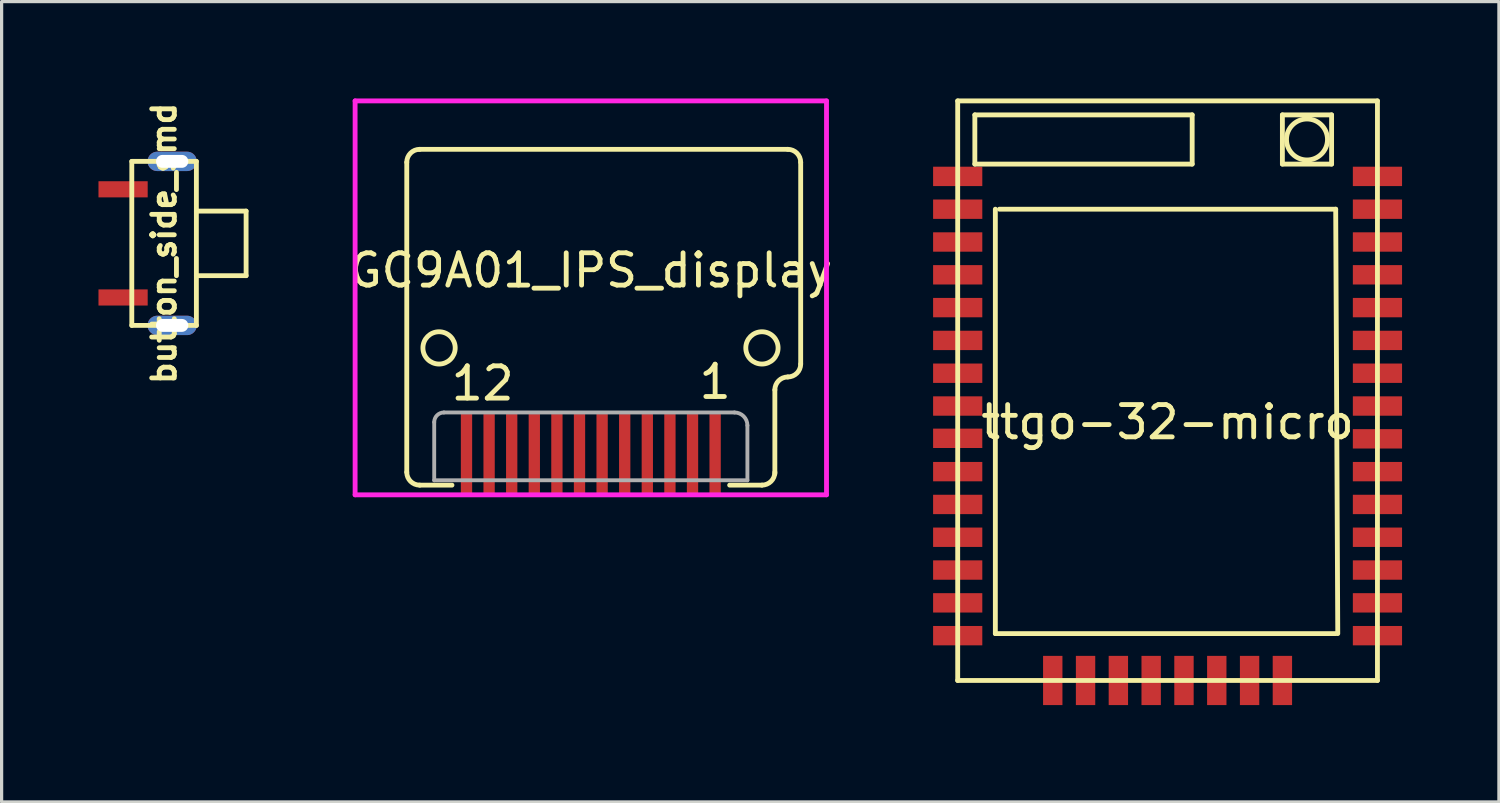
<source format=kicad_pcb>
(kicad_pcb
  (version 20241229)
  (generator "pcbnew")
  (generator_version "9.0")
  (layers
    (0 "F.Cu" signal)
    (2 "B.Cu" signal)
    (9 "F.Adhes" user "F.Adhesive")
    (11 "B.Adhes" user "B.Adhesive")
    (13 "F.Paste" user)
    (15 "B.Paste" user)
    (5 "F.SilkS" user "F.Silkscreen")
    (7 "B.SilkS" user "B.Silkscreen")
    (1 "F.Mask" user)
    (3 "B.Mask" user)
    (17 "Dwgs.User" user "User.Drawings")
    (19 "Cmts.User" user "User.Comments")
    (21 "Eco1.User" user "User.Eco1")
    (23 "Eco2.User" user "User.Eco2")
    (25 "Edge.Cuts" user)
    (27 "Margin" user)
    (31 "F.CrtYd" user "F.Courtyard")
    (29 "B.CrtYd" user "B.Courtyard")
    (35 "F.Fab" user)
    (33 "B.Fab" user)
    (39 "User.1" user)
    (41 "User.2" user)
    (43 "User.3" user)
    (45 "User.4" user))
  (footprint "button_side_smd"
    (layer "F.Cu")
    (at 2.032 4.488)
    (property "Reference" "button_side_smd" (at 0 0 270) (layer "F.SilkS") (effects (font (size 0.7 0.7) (thickness 0.15))))
    (attr through_hole)
    (fp_line (start -1 -2.54) (end -1 2.54) (stroke (width 0.15) (type solid)) (layer "F.SilkS"))
    (fp_line (start -1 2.54) (end 1 2.54) (stroke (width 0.15) (type solid)) (layer "F.SilkS"))
    (fp_line (start 1 -2.54) (end -1 -2.54) (stroke (width 0.15) (type solid)) (layer "F.SilkS"))
    (fp_line (start 1 -1) (end 2.54 -1) (stroke (width 0.15) (type solid)) (layer "F.SilkS"))
    (fp_line (start 1 2.54) (end 1 -2.54) (stroke (width 0.15) (type solid)) (layer "F.SilkS"))
    (fp_line (start 2.54 -1) (end 2.54 1) (stroke (width 0.15) (type solid)) (layer "F.SilkS"))
    (fp_line (start 2.54 1) (end 1 1) (stroke (width 0.15) (type solid)) (layer "F.SilkS"))
    (pad "" thru_hole oval (at 0.25 -2.54) (size 1.524 0.6) (drill oval 1 0.4) (layers "*.Cu" "*.Mask"))
    (pad "" thru_hole oval (at 0.25 2.54) (size 1.524 0.6) (drill oval 1 0.4) (layers "*.Cu" "*.Mask"))
    (pad "1" smd rect (at -1.27 -1.675) (size 1.524 0.5) (layers "F.Cu" "F.Mask" "F.Paste"))
    (pad "2" smd rect (at -1.27 1.675) (size 1.524 0.5) (layers "F.Cu" "F.Mask" "F.Paste")))
  (footprint "GC9A01_IPS_display"
    (layer "F.Cu")
    (at 15.248 10.775)
    (property "Reference" "GC9A01_IPS_display" (at 0 -5.45 0) (layer "F.SilkS") (effects (font (size 1 1) (thickness 0.15))))
    (attr through_hole)
    (fp_line (start -5.7 -8.8) (end -5.7 0.8) (stroke (width 0.15) (type solid)) (layer "F.SilkS"))
    (fp_line (start -5.3 1.2) (end -4.3 1.2) (stroke (width 0.15) (type solid)) (layer "F.SilkS"))
    (fp_line (start 4.3 1.2) (end 5.3 1.2) (stroke (width 0.15) (type solid)) (layer "F.SilkS"))
    (fp_line (start 5.7 -1.75) (end 5.7 0.85) (stroke (width 0.15) (type solid)) (layer "F.SilkS"))
    (fp_line (start 6.1 -9.2) (end -5.3 -9.2) (stroke (width 0.15) (type solid)) (layer "F.SilkS"))
    (fp_line (start 6.5 -8.8) (end 6.5 -2.55) (stroke (width 0.15) (type solid)) (layer "F.SilkS"))
    (fp_arc (start -5.7 -8.8) (mid -5.582843 -9.082843) (end -5.3 -9.2) (stroke (width 0.15) (type solid)) (layer "F.SilkS"))
    (fp_arc (start -5.3 1.2) (mid -5.582843 1.082843) (end -5.7 0.8) (stroke (width 0.15) (type solid)) (layer "F.SilkS"))
    (fp_arc (start 5.7 -1.75) (mid 5.817157 -2.032843) (end 6.1 -2.15) (stroke (width 0.15) (type solid)) (layer "F.SilkS"))
    (fp_arc (start 5.7 0.8) (mid 5.582843 1.082843) (end 5.3 1.2) (stroke (width 0.15) (type solid)) (layer "F.SilkS"))
    (fp_arc (start 6.1 -9.2) (mid 6.382843 -9.082843) (end 6.5 -8.8) (stroke (width 0.15) (type solid)) (layer "F.SilkS"))
    (fp_arc (start 6.5 -2.55) (mid 6.382843 -2.267157) (end 6.1 -2.15) (stroke (width 0.15) (type solid)) (layer "F.SilkS"))
    (fp_circle (center -4.7 -3.05) (end -4.2 -3.05) (stroke (width 0.15) (type solid)) (fill no) (layer "F.SilkS"))
    (fp_circle (center 5.3 -3.05) (end 5.8 -3.05) (stroke (width 0.15) (type solid)) (fill no) (layer "F.SilkS"))
    (fp_line (start -7.3 -10.7) (end -7.3 1.5) (stroke (width 0.15) (type solid)) (layer "F.CrtYd"))
    (fp_line (start -7.3 1.5) (end 7.3 1.5) (stroke (width 0.15) (type solid)) (layer "F.CrtYd"))
    (fp_line (start 7.3 -10.7) (end -7.3 -10.7) (stroke (width 0.15) (type solid)) (layer "F.CrtYd"))
    (fp_line (start 7.3 1.5) (end 7.3 -10.7) (stroke (width 0.15) (type solid)) (layer "F.CrtYd"))
    (fp_line (start -4.85 1.05) (end -4.85 -0.75) (stroke (width 0.12) (type solid)) (layer "F.Fab"))
    (fp_line (start -4.85 1.05) (end 4.85 1.05) (stroke (width 0.12) (type solid)) (layer "F.Fab"))
    (fp_line (start -4.55 -1.05) (end 4.45 -1.05) (stroke (width 0.12) (type solid)) (layer "F.Fab"))
    (fp_line (start 4.85 1.05) (end 4.85 -0.65) (stroke (width 0.12) (type solid)) (layer "F.Fab"))
    (fp_arc (start -4.85 -0.75) (mid -4.762132 -0.962132) (end -4.55 -1.05) (stroke (width 0.12) (type solid)) (layer "F.Fab"))
    (fp_arc (start 4.45 -1.05) (mid 4.732843 -0.932843) (end 4.85 -0.65) (stroke (width 0.12) (type solid)) (layer "F.Fab"))
    (fp_text user "1" (at 3.85 -2 0) (layer "F.SilkS") (effects (font (size 1 1) (thickness 0.15))))
    (fp_text user "12" (at -3.35 -1.95 0) (layer "F.SilkS") (effects (font (size 1 1) (thickness 0.15))))
    (pad "1" smd rect (at 3.85 0.25) (size 0.35 2.5) (layers "F.Cu" "F.Mask" "F.Paste"))
    (pad "2" smd rect (at 3.15 0.25) (size 0.35 2.5) (layers "F.Cu" "F.Mask" "F.Paste"))
    (pad "3" smd rect (at 2.45 0.25) (size 0.35 2.5) (layers "F.Cu" "F.Mask" "F.Paste"))
    (pad "4" smd rect (at 1.75 0.25) (size 0.35 2.5) (layers "F.Cu" "F.Mask" "F.Paste"))
    (pad "5" smd rect (at 1.05 0.25) (size 0.35 2.5) (layers "F.Cu" "F.Mask" "F.Paste"))
    (pad "6" smd rect (at 0.35 0.25) (size 0.35 2.5) (layers "F.Cu" "F.Mask" "F.Paste"))
    (pad "7" smd rect (at -0.35 0.25) (size 0.35 2.5) (layers "F.Cu" "F.Mask" "F.Paste"))
    (pad "8" smd rect (at -1.05 0.25) (size 0.35 2.5) (layers "F.Cu" "F.Mask" "F.Paste"))
    (pad "9" smd rect (at -1.75 0.25) (size 0.35 2.5) (layers "F.Cu" "F.Mask" "F.Paste"))
    (pad "10" smd rect (at -2.45 0.25) (size 0.35 2.5) (layers "F.Cu" "F.Mask" "F.Paste"))
    (pad "11" smd rect (at -3.15 0.25) (size 0.35 2.5) (layers "F.Cu" "F.Mask" "F.Paste"))
    (pad "12" smd rect (at -3.85 0.25) (size 0.35 2.5) (layers "F.Cu" "F.Mask" "F.Paste")))
  (footprint "ttgo-32-micro"
    (layer "F.Cu")
    (at 33.111 9.525)
    (property "Reference" "ttgo-32-micro" (at 0 0.5 0) (layer "F.SilkS") (effects (font (size 1 1) (thickness 0.15))))
    (attr through_hole)
    (fp_line (start -6.5 -9.45) (end -6.5 8.5) (stroke (width 0.15) (type solid)) (layer "F.SilkS"))
    (fp_line (start -6.5 -9.45) (end 6.5 -9.45) (stroke (width 0.15) (type solid)) (layer "F.SilkS"))
    (fp_line (start -6.5 8.5) (end 6.5 8.5) (stroke (width 0.15) (type solid)) (layer "F.SilkS"))
    (fp_line (start -5.969 -9.017) (end -5.969 -7.493) (stroke (width 0.15) (type solid)) (layer "F.SilkS"))
    (fp_line (start -5.969 -7.493) (end 0.762 -7.493) (stroke (width 0.15) (type solid)) (layer "F.SilkS"))
    (fp_line (start -5.334 7.048) (end -5.334 -6.096) (stroke (width 0.15) (type solid)) (layer "F.SilkS"))
    (fp_line (start -5.207 -6.096) (end 5.207 -6.096) (stroke (width 0.15) (type solid)) (layer "F.SilkS"))
    (fp_line (start 0.762 -9.017) (end -5.969 -9.017) (stroke (width 0.15) (type solid)) (layer "F.SilkS"))
    (fp_line (start 0.762 -7.493) (end 0.762 -9.017) (stroke (width 0.15) (type solid)) (layer "F.SilkS"))
    (fp_line (start 3.556 -9.017) (end 5.08 -9.017) (stroke (width 0.15) (type solid)) (layer "F.SilkS"))
    (fp_line (start 3.556 -7.493) (end 3.556 -9.017) (stroke (width 0.15) (type solid)) (layer "F.SilkS"))
    (fp_line (start 5.08 -9.017) (end 5.08 -7.493) (stroke (width 0.15) (type solid)) (layer "F.SilkS"))
    (fp_line (start 5.08 -7.493) (end 3.556 -7.493) (stroke (width 0.15) (type solid)) (layer "F.SilkS"))
    (fp_line (start 5.207 -6.096) (end 5.271 7.048) (stroke (width 0.15) (type solid)) (layer "F.SilkS"))
    (fp_line (start 5.207 7.048) (end -5.334 7.048) (stroke (width 0.15) (type solid)) (layer "F.SilkS"))
    (fp_line (start 6.5 -9.45) (end 6.5 8.5) (stroke (width 0.15) (type solid)) (layer "F.SilkS"))
    (fp_circle (center 4.318 -8.255) (end 4.826 -7.874) (stroke (width 0.15) (type solid)) (fill no) (layer "F.SilkS"))
    (pad "1" smd rect (at -6.5 -7.112) (size 1.524 0.6) (layers "F.Cu" "F.Mask" "F.Paste"))
    (pad "2" smd rect (at -6.5 -6.096) (size 1.524 0.6) (layers "F.Cu" "F.Mask" "F.Paste"))
    (pad "3" smd rect (at -6.5 -5.08) (size 1.524 0.6) (layers "F.Cu" "F.Mask" "F.Paste"))
    (pad "4" smd rect (at -6.5 -4.064) (size 1.524 0.6) (layers "F.Cu" "F.Mask" "F.Paste"))
    (pad "5" smd rect (at -6.5 -3.048) (size 1.524 0.6) (layers "F.Cu" "F.Mask" "F.Paste"))
    (pad "6" smd rect (at -6.5 -2.032) (size 1.524 0.6) (layers "F.Cu" "F.Mask" "F.Paste"))
    (pad "7" smd rect (at -6.5 -1.016) (size 1.524 0.6) (layers "F.Cu" "F.Mask" "F.Paste"))
    (pad "8" smd rect (at -6.5 0) (size 1.524 0.6) (layers "F.Cu" "F.Mask" "F.Paste"))
    (pad "9" smd rect (at -6.5 1) (size 1.524 0.6) (layers "F.Cu" "F.Mask" "F.Paste"))
    (pad "10" smd rect (at -6.5 2.032) (size 1.524 0.6) (layers "F.Cu" "F.Mask" "F.Paste"))
    (pad "11" smd rect (at -6.5 3.048) (size 1.524 0.6) (layers "F.Cu" "F.Mask" "F.Paste"))
    (pad "12" smd rect (at -6.5 4.064) (size 1.524 0.6) (layers "F.Cu" "F.Mask" "F.Paste"))
    (pad "13" smd rect (at -6.5 5.08) (size 1.524 0.6) (layers "F.Cu" "F.Mask" "F.Paste"))
    (pad "14" smd rect (at -6.5 6.096) (size 1.524 0.6) (layers "F.Cu" "F.Mask" "F.Paste"))
    (pad "15" smd rect (at -6.5 7.112) (size 1.524 0.6) (layers "F.Cu" "F.Mask" "F.Paste"))
    (pad "16" smd rect (at -3.556 8.5 90) (size 1.524 0.6) (layers "F.Cu" "F.Mask" "F.Paste"))
    (pad "17" smd rect (at -2.54 8.5 90) (size 1.524 0.6) (layers "F.Cu" "F.Mask" "F.Paste"))
    (pad "18" smd rect (at -1.524 8.5 90) (size 1.524 0.6) (layers "F.Cu" "F.Mask" "F.Paste"))
    (pad "19" smd rect (at -0.508 8.5 90) (size 1.524 0.6) (layers "F.Cu" "F.Mask" "F.Paste"))
    (pad "20" smd rect (at 0.508 8.5 90) (size 1.524 0.6) (layers "F.Cu" "F.Mask" "F.Paste"))
    (pad "21" smd rect (at 1.524 8.5 90) (size 1.524 0.6) (layers "F.Cu" "F.Mask" "F.Paste"))
    (pad "22" smd rect (at 2.54 8.5 90) (size 1.524 0.6) (layers "F.Cu" "F.Mask" "F.Paste"))
    (pad "23" smd rect (at 3.556 8.5 90) (size 1.524 0.6) (layers "F.Cu" "F.Mask" "F.Paste"))
    (pad "24" smd rect (at 6.5 7.112) (size 1.524 0.6) (layers "F.Cu" "F.Mask" "F.Paste"))
    (pad "25" smd rect (at 6.5 6.096) (size 1.524 0.6) (layers "F.Cu" "F.Mask" "F.Paste"))
    (pad "26" smd rect (at 6.5 5.08) (size 1.524 0.6) (layers "F.Cu" "F.Mask" "F.Paste"))
    (pad "27" smd rect (at 6.5 4.064) (size 1.524 0.6) (layers "F.Cu" "F.Mask" "F.Paste"))
    (pad "28" smd rect (at 6.5 3.048) (size 1.524 0.6) (layers "F.Cu" "F.Mask" "F.Paste"))
    (pad "29" smd rect (at 6.5 2.032) (size 1.524 0.6) (layers "F.Cu" "F.Mask" "F.Paste"))
    (pad "30" smd rect (at 6.5 1.016) (size 1.524 0.6) (layers "F.Cu" "F.Mask" "F.Paste"))
    (pad "31" smd rect (at 6.5 0) (size 1.524 0.6) (layers "F.Cu" "F.Mask" "F.Paste"))
    (pad "32" smd rect (at 6.5 -1.016) (size 1.524 0.6) (layers "F.Cu" "F.Mask" "F.Paste"))
    (pad "33" smd rect (at 6.5 -2.032) (size 1.524 0.6) (layers "F.Cu" "F.Mask" "F.Paste"))
    (pad "34" smd rect (at 6.5 -3.048) (size 1.524 0.6) (layers "F.Cu" "F.Mask" "F.Paste"))
    (pad "35" smd rect (at 6.5 -4.064) (size 1.524 0.6) (layers "F.Cu" "F.Mask" "F.Paste"))
    (pad "36" smd rect (at 6.5 -5.08) (size 1.524 0.6) (layers "F.Cu" "F.Mask" "F.Paste"))
    (pad "37" smd rect (at 6.5 -6.096) (size 1.524 0.6) (layers "F.Cu" "F.Mask" "F.Paste"))
    (pad "38" smd rect (at 6.5 -7.112) (size 1.524 0.6) (layers "F.Cu" "F.Mask" "F.Paste")))
  (gr_rect
    (start -3 -3)
    (end 43.373 21.787)
    (stroke (width 0.1) (type default))
    (fill no)
    (layer "Edge.Cuts")))
</source>
